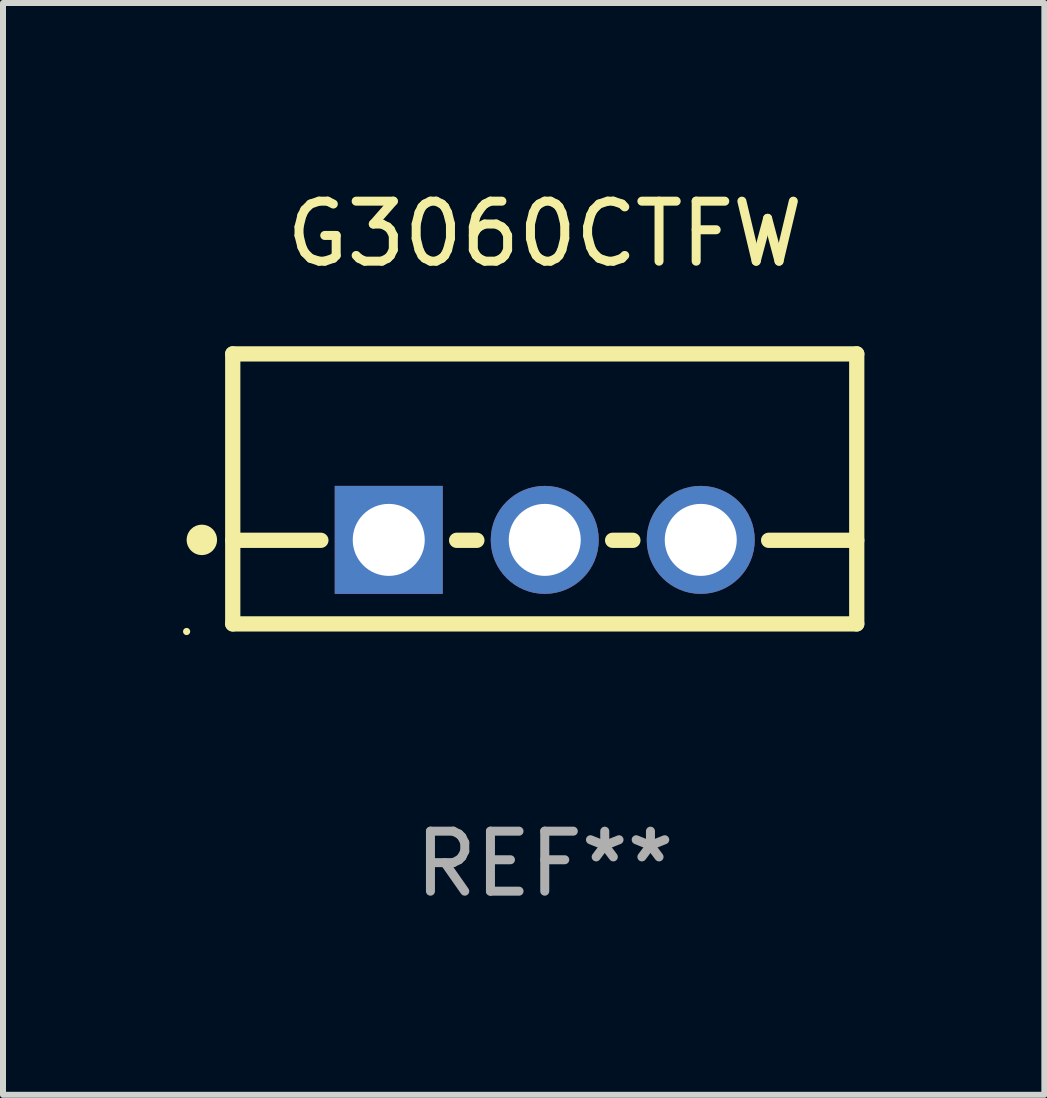
<source format=kicad_pcb>
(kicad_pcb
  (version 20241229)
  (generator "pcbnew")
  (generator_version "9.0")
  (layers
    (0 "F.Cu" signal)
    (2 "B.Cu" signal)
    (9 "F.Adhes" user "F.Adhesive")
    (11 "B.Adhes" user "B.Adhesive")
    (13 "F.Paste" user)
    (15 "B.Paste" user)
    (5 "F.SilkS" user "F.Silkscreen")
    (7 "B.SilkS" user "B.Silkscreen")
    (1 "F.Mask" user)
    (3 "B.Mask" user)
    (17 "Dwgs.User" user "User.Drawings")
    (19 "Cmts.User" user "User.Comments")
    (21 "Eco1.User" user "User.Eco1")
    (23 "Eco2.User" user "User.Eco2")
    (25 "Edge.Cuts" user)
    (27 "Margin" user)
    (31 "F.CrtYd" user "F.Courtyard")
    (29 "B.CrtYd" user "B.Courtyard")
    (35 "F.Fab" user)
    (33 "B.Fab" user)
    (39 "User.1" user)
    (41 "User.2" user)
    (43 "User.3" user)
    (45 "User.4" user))
  (footprint "G3060CTFW"
    (layer "F.Cu")
    (at 6.029 5.098)
    (property "Reference" "G3060CTFW" (at 0 -4.25 0) (layer "F.SilkS") (effects (font (size 1 1) (thickness 0.15))))
    (attr through_hole)
    (fp_line (start -5.2 -2.25) (end -5.2 2.25) (stroke (width 0.254) (type solid)) (layer "F.SilkS"))
    (fp_line (start -5.2 -2.25) (end 5.2 -2.25) (stroke (width 0.254) (type solid)) (layer "F.SilkS"))
    (fp_line (start -5.2 0.857) (end -3.731 0.857) (stroke (width 0.254) (type solid)) (layer "F.SilkS"))
    (fp_line (start -5.2 2.25) (end 5.2 2.25) (stroke (width 0.254) (type solid)) (layer "F.SilkS"))
    (fp_line (start -1.469 0.857) (end -1.131 0.857) (stroke (width 0.254) (type solid)) (layer "F.SilkS"))
    (fp_line (start 1.131 0.857) (end 1.469 0.857) (stroke (width 0.254) (type solid)) (layer "F.SilkS"))
    (fp_line (start 3.731 0.857) (end 5.2 0.857) (stroke (width 0.254) (type solid)) (layer "F.SilkS"))
    (fp_line (start 5.2 -2.25) (end 5.2 2.25) (stroke (width 0.254) (type solid)) (layer "F.SilkS"))
    (fp_circle (center -5.969 2.377) (end -5.939 2.377) (stroke (width 0.06) (type solid)) (fill no) (layer "F.SilkS"))
    (fp_circle (center -5.715 0.85) (end -5.588 0.85) (stroke (width 0.254) (type solid)) (fill no) (layer "F.SilkS"))
    (fp_text user "REF**" (at 0 6.25 0) (layer "F.Fab") (effects (font (size 1 1) (thickness 0.15))))
    (pad "1" thru_hole rect (at -2.6 0.85) (size 1.8 1.8) (drill 1.2) (layers "*.Cu" "*.Mask"))
    (pad "2" thru_hole circle (at 0 0.85) (size 1.8 1.8) (drill 1.2) (layers "*.Cu" "*.Mask"))
    (pad "3" thru_hole circle (at 2.6 0.85) (size 1.8 1.8) (drill 1.2) (layers "*.Cu" "*.Mask")))
  (gr_rect
    (start -3 -3)
    (end 14.356 15.197)
    (stroke (width 0.1) (type default))
    (fill no)
    (layer "Edge.Cuts")))
</source>
